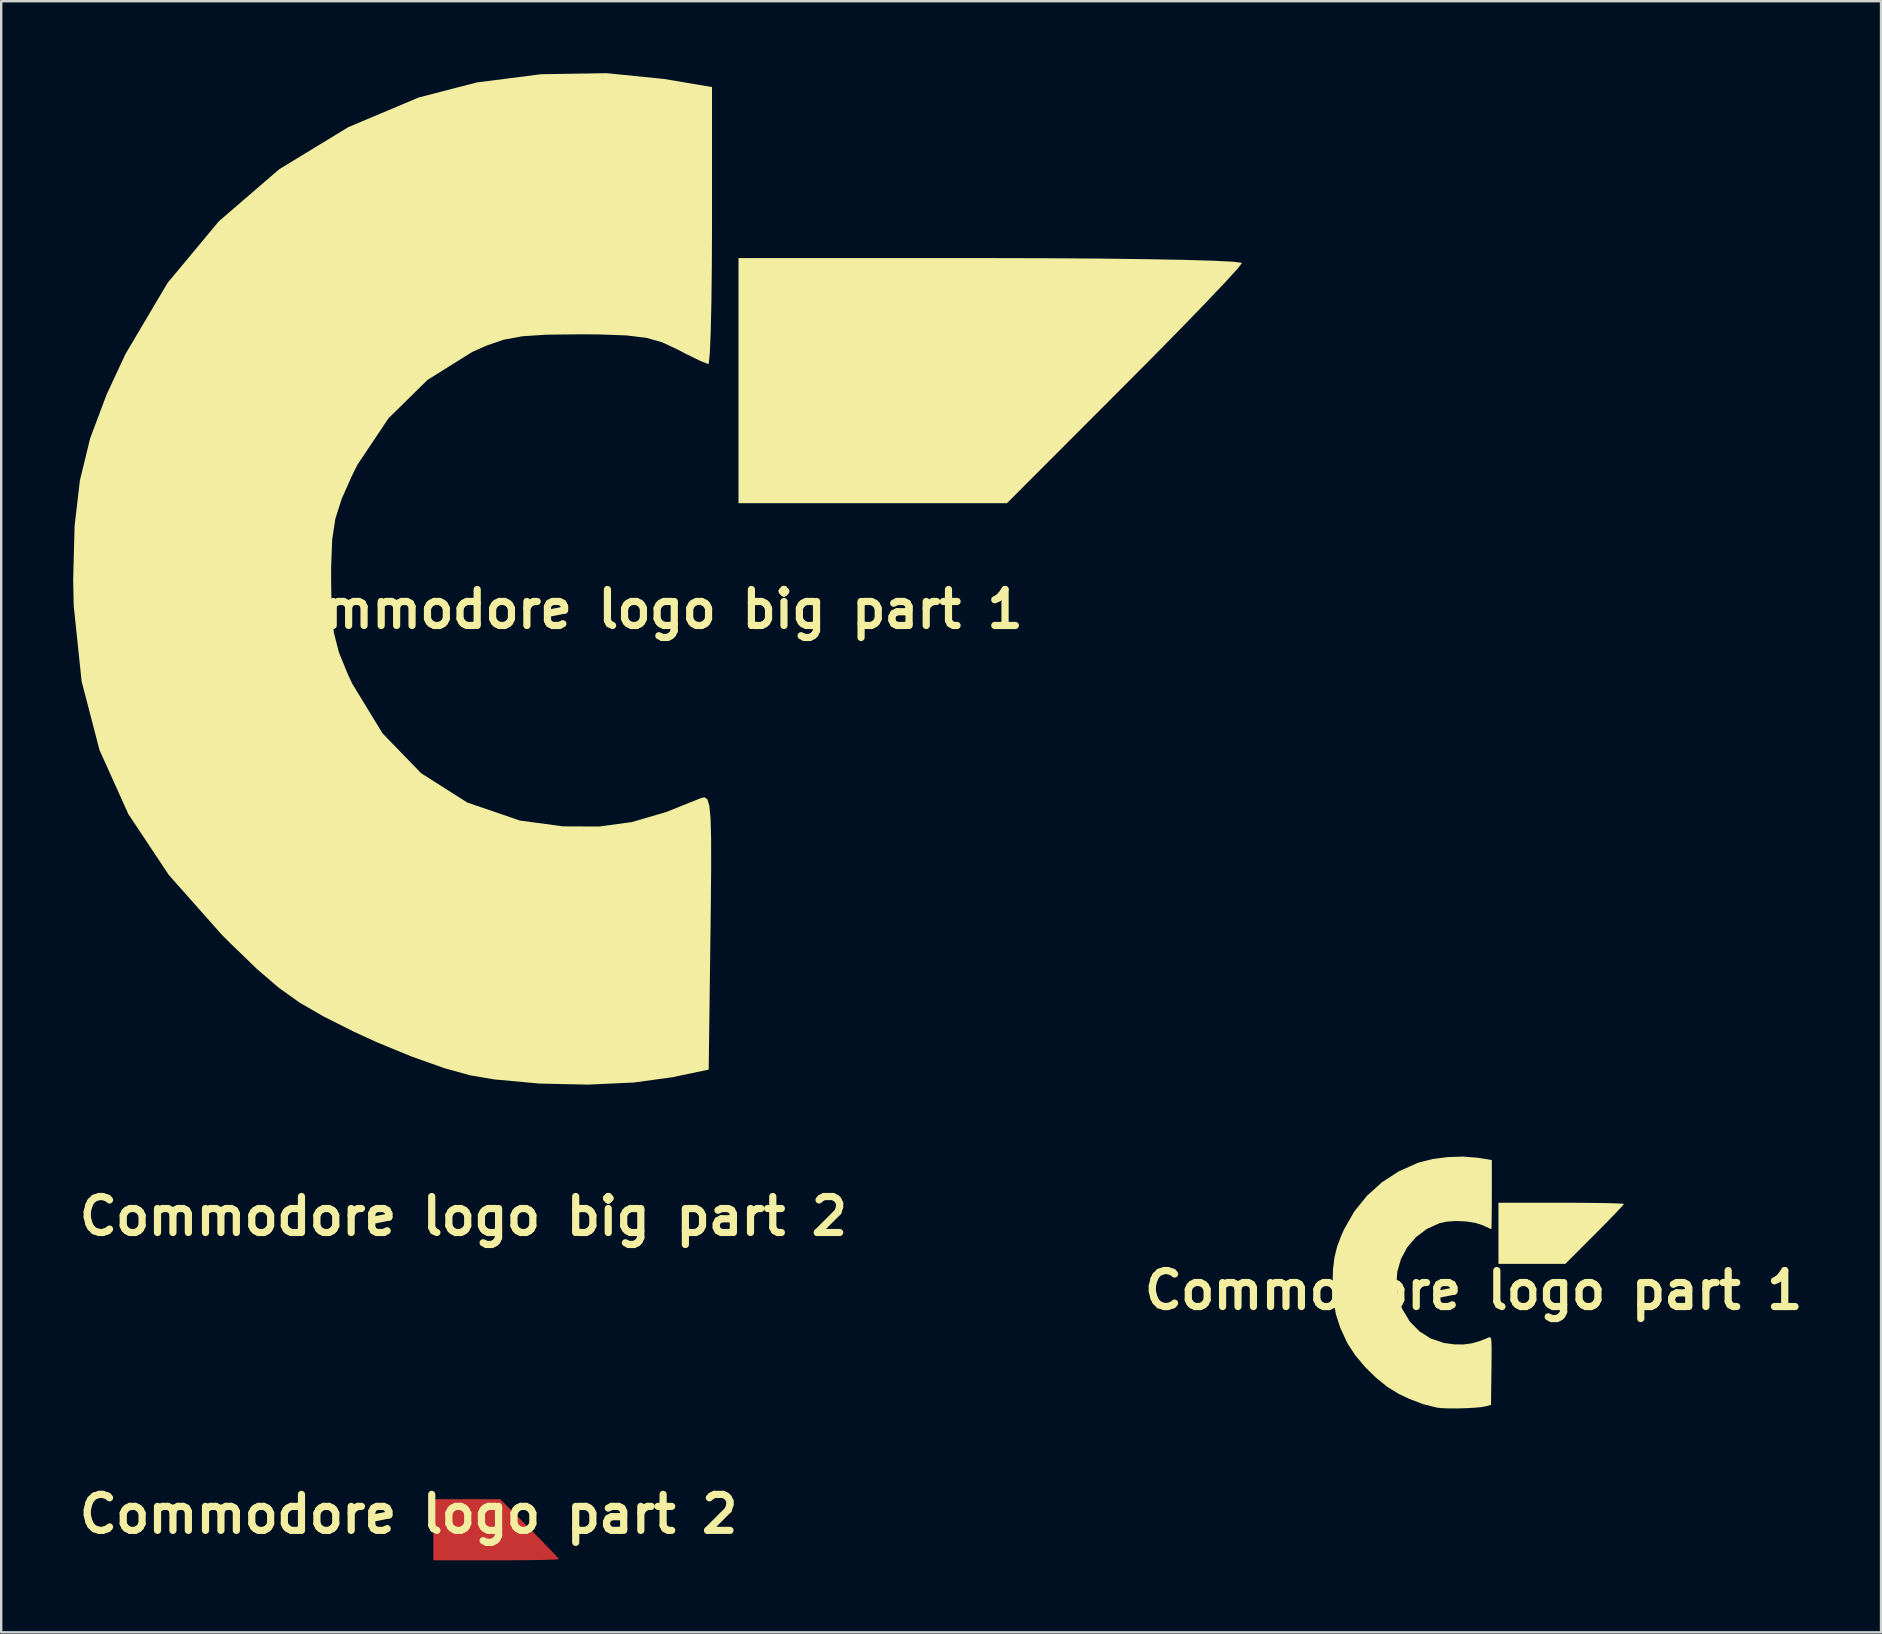
<source format=kicad_pcb>
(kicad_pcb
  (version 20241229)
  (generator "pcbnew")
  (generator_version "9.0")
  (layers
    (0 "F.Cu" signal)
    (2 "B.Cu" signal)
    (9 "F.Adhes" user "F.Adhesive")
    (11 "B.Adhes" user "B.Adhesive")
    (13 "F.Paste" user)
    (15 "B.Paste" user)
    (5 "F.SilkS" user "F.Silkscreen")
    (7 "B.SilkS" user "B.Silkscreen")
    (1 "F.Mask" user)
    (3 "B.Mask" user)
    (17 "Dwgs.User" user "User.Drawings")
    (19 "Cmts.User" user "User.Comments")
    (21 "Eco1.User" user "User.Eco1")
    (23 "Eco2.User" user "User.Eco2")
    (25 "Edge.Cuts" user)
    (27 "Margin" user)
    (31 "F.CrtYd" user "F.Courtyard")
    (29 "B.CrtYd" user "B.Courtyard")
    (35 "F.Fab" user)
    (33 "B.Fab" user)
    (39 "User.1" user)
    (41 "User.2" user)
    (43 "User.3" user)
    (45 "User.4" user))
  (footprint "Commodore logo part 1"
    (layer "F.Cu")
    (at 58.367 50.724)
    (property "Reference" "Commodore logo part 1" (at 0 0 0) (layer "F.SilkS") (effects (font (size 1.5 1.5) (thickness 0.3))))
    (attr board_only exclude_from_pos_files exclude_from_bom)
    (fp_poly (pts (xy 4.233 -3.647) (xy 4.772 -3.643) (xy 5.251 -3.637) (xy 5.654 -3.63) (xy 5.967 -3.621) (xy 6.175 -3.61) (xy 6.262 -3.599) (xy 6.264 -3.597) (xy 6.217 -3.537) (xy 6.086 -3.393) (xy 5.883 -3.179) (xy 5.622 -2.909) (xy 5.315 -2.597) (xy 5.043 -2.324) (xy 3.822 -1.101) (xy 2.427 -1.101) (xy 1.033 -1.101) (xy 1.033 -2.375) (xy 1.033 -3.648) (xy 3.648 -3.648)) (stroke (width 0) (type solid)) (fill yes) (layer "F.SilkS"))
    (fp_poly (pts (xy 0.177 -5.522) (xy 0.259 -5.51) (xy 0.757 -5.426) (xy 0.757 -3.986) (xy 0.756 -3.558) (xy 0.753 -3.18) (xy 0.749 -2.874) (xy 0.744 -2.658) (xy 0.738 -2.554) (xy 0.736 -2.547) (xy 0.667 -2.574) (xy 0.516 -2.645) (xy 0.409 -2.697) (xy 0.091 -2.804) (xy -0.307 -2.868) (xy -0.735 -2.887) (xy -1.141 -2.858) (xy -1.431 -2.793) (xy -1.964 -2.548) (xy -2.413 -2.207) (xy -2.77 -1.787) (xy -3.029 -1.304) (xy -3.182 -0.779) (xy -3.22 -0.226) (xy -3.137 0.334) (xy -2.973 0.786) (xy -2.662 1.3) (xy -2.262 1.711) (xy -1.783 2.012) (xy -1.235 2.197) (xy -0.792 2.256) (xy -0.417 2.258) (xy -0.077 2.212) (xy 0.28 2.108) (xy 0.638 1.964) (xy 0.679 1.954) (xy 0.709 1.975) (xy 0.73 2.043) (xy 0.742 2.175) (xy 0.748 2.388) (xy 0.748 2.697) (xy 0.744 3.121) (xy 0.741 3.343) (xy 0.723 4.774) (xy 0.516 4.833) (xy 0.319 4.869) (xy 0.024 4.896) (xy -0.33 4.915) (xy -0.705 4.925) (xy -1.061 4.923) (xy -1.359 4.91) (xy -1.531 4.89) (xy -2.101 4.748) (xy -2.695 4.522) (xy -3.132 4.314) (xy -3.599 4.025) (xy -4.077 3.639) (xy -4.533 3.19) (xy -4.933 2.711) (xy -5.244 2.237) (xy -5.283 2.164) (xy -5.559 1.565) (xy -5.742 0.998) (xy -5.845 0.413) (xy -5.879 -0.243) (xy -5.88 -0.31) (xy -5.862 -0.882) (xy -5.802 -1.369) (xy -5.69 -1.822) (xy -5.513 -2.29) (xy -5.397 -2.547) (xy -4.977 -3.281) (xy -4.45 -3.934) (xy -3.83 -4.495) (xy -3.128 -4.953) (xy -2.357 -5.298) (xy -2.26 -5.332) (xy -1.702 -5.471) (xy -1.073 -5.552) (xy -0.428 -5.571)) (stroke (width 0) (type solid)) (fill yes) (layer "F.SilkS")))
  (footprint "Commodore logo big part 1"
    (layer "F.Cu")
    (at 23.587 22.339)
    (property "Reference" "Commodore logo big part 1" (at 0 0 0) (layer "F.SilkS") (effects (font (size 1.5 1.5) (thickness 0.3))))
    (attr board_only exclude_from_pos_files exclude_from_bom)
    (fp_poly (pts (xy 16.978 -14.627) (xy 19.141 -14.613) (xy 21.061 -14.589) (xy 22.679 -14.559) (xy 23.934 -14.523) (xy 24.767 -14.481) (xy 25.117 -14.436) (xy 25.124 -14.428) (xy 24.937 -14.185) (xy 24.41 -13.608) (xy 23.596 -12.751) (xy 22.548 -11.669) (xy 21.317 -10.418) (xy 20.226 -9.321) (xy 15.329 -4.417) (xy 9.735 -4.417) (xy 4.141 -4.417) (xy 4.141 -9.525) (xy 4.141 -14.633) (xy 14.633 -14.633)) (stroke (width 0) (type solid)) (fill yes) (layer "F.SilkS"))
    (fp_poly (pts (xy 1.039 -22.098) (xy 3.037 -21.761) (xy 3.037 -15.988) (xy 3.03 -14.27) (xy 3.011 -12.756) (xy 2.982 -11.526) (xy 2.945 -10.661) (xy 2.902 -10.242) (xy 2.888 -10.215) (xy 2.577 -10.334) (xy 1.956 -10.637) (xy 1.577 -10.835) (xy 0.952 -11.126) (xy 0.295 -11.31) (xy -0.54 -11.411) (xy -1.703 -11.452) (xy -2.485 -11.456) (xy -3.866 -11.441) (xy -4.862 -11.375) (xy -5.64 -11.232) (xy -6.367 -10.983) (xy -6.956 -10.72) (xy -8.818 -9.557) (xy -10.445 -7.957) (xy -11.74 -6.02) (xy -11.962 -5.577) (xy -12.398 -4.594) (xy -12.66 -3.773) (xy -12.792 -2.902) (xy -12.836 -1.769) (xy -12.838 -1.242) (xy -12.816 0.04) (xy -12.722 0.983) (xy -12.513 1.798) (xy -12.146 2.697) (xy -11.959 3.099) (xy -10.693 5.177) (xy -9.081 6.839) (xy -7.16 8.058) (xy -4.967 8.809) (xy -3.175 9.05) (xy -1.669 9.057) (xy -0.305 8.872) (xy 1.128 8.453) (xy 2.56 7.879) (xy 2.722 7.838) (xy 2.843 7.921) (xy 2.926 8.193) (xy 2.977 8.722) (xy 3 9.573) (xy 3.001 10.814) (xy 2.985 12.512) (xy 2.974 13.428) (xy 2.899 19.188) (xy 1.38 19.507) (xy -0.222 19.727) (xy -2.139 19.814) (xy -4.152 19.77) (xy -6.039 19.597) (xy -7.04 19.428) (xy -8.114 19.13) (xy -9.473 18.647) (xy -10.918 18.055) (xy -11.865 17.621) (xy -13.136 16.982) (xy -14.138 16.405) (xy -15.018 15.779) (xy -15.927 14.997) (xy -17.013 13.948) (xy -17.399 13.562) (xy -19.603 11.075) (xy -21.289 8.538) (xy -22.489 5.873) (xy -23.237 3.001) (xy -23.566 -0.158) (xy -23.587 -1.242) (xy -23.528 -3.475) (xy -23.307 -5.369) (xy -22.879 -7.125) (xy -22.195 -8.945) (xy -21.411 -10.629) (xy -19.654 -13.598) (xy -17.514 -16.169) (xy -15 -18.336) (xy -12.118 -20.092) (xy -9.186 -21.327) (xy -6.768 -21.953) (xy -4.084 -22.296) (xy -1.349 -22.339)) (stroke (width 0) (type solid)) (fill yes) (layer "F.SilkS")))
  (footprint "Commodore logo big part 2"
    (layer "F.Cu")
    (at 16.264 47.638)
    (property "Reference" "Commodore logo big part 2" (at 0 0 0) (layer "F.SilkS") (effects (font (size 1.5 1.5) (thickness 0.3))))
    (attr board_only exclude_from_pos_files exclude_from_bom)
    (fp_poly (pts (xy 20.226 2.419) (xy 21.565 3.767) (xy 22.765 4.99) (xy 23.772 6.032) (xy 24.535 6.84) (xy 25.001 7.357) (xy 25.124 7.526) (xy 24.858 7.572) (xy 24.1 7.614) (xy 22.909 7.651) (xy 21.346 7.683) (xy 19.471 7.707) (xy 17.343 7.723) (xy 15.024 7.73) (xy 14.633 7.73) (xy 4.141 7.73) (xy 4.141 2.623) (xy 4.141 -2.485) (xy 9.735 -2.485) (xy 15.329 -2.485)) (stroke (width 0) (type solid)) (fill yes) (layer "F.Mask")))
  (footprint "Commodore logo part 2"
    (layer "F.Cu")
    (at 13.979 60.052)
    (property "Reference" "Commodore logo part 2" (at 0 0 0) (layer "F.SilkS") (effects (font (size 1.5 1.5) (thickness 0.3))))
    (attr board_only exclude_from_pos_files exclude_from_bom)
    (fp_poly (pts (xy 5.043 0.603) (xy 5.377 0.939) (xy 5.676 1.244) (xy 5.927 1.504) (xy 6.117 1.705) (xy 6.233 1.834) (xy 6.264 1.876) (xy 6.198 1.888) (xy 6.009 1.898) (xy 5.712 1.908) (xy 5.322 1.916) (xy 4.855 1.922) (xy 4.324 1.926) (xy 3.746 1.927) (xy 3.648 1.927) (xy 1.033 1.927) (xy 1.033 0.654) (xy 1.033 -0.62) (xy 2.427 -0.62) (xy 3.822 -0.62)) (stroke (width 0) (type solid)) (fill yes) (layer "F.Cu")))
  (gr_rect
    (start -3 -3)
    (end 75.345 64.98)
    (stroke (width 0.1) (type default))
    (fill no)
    (layer "Edge.Cuts")))
</source>
